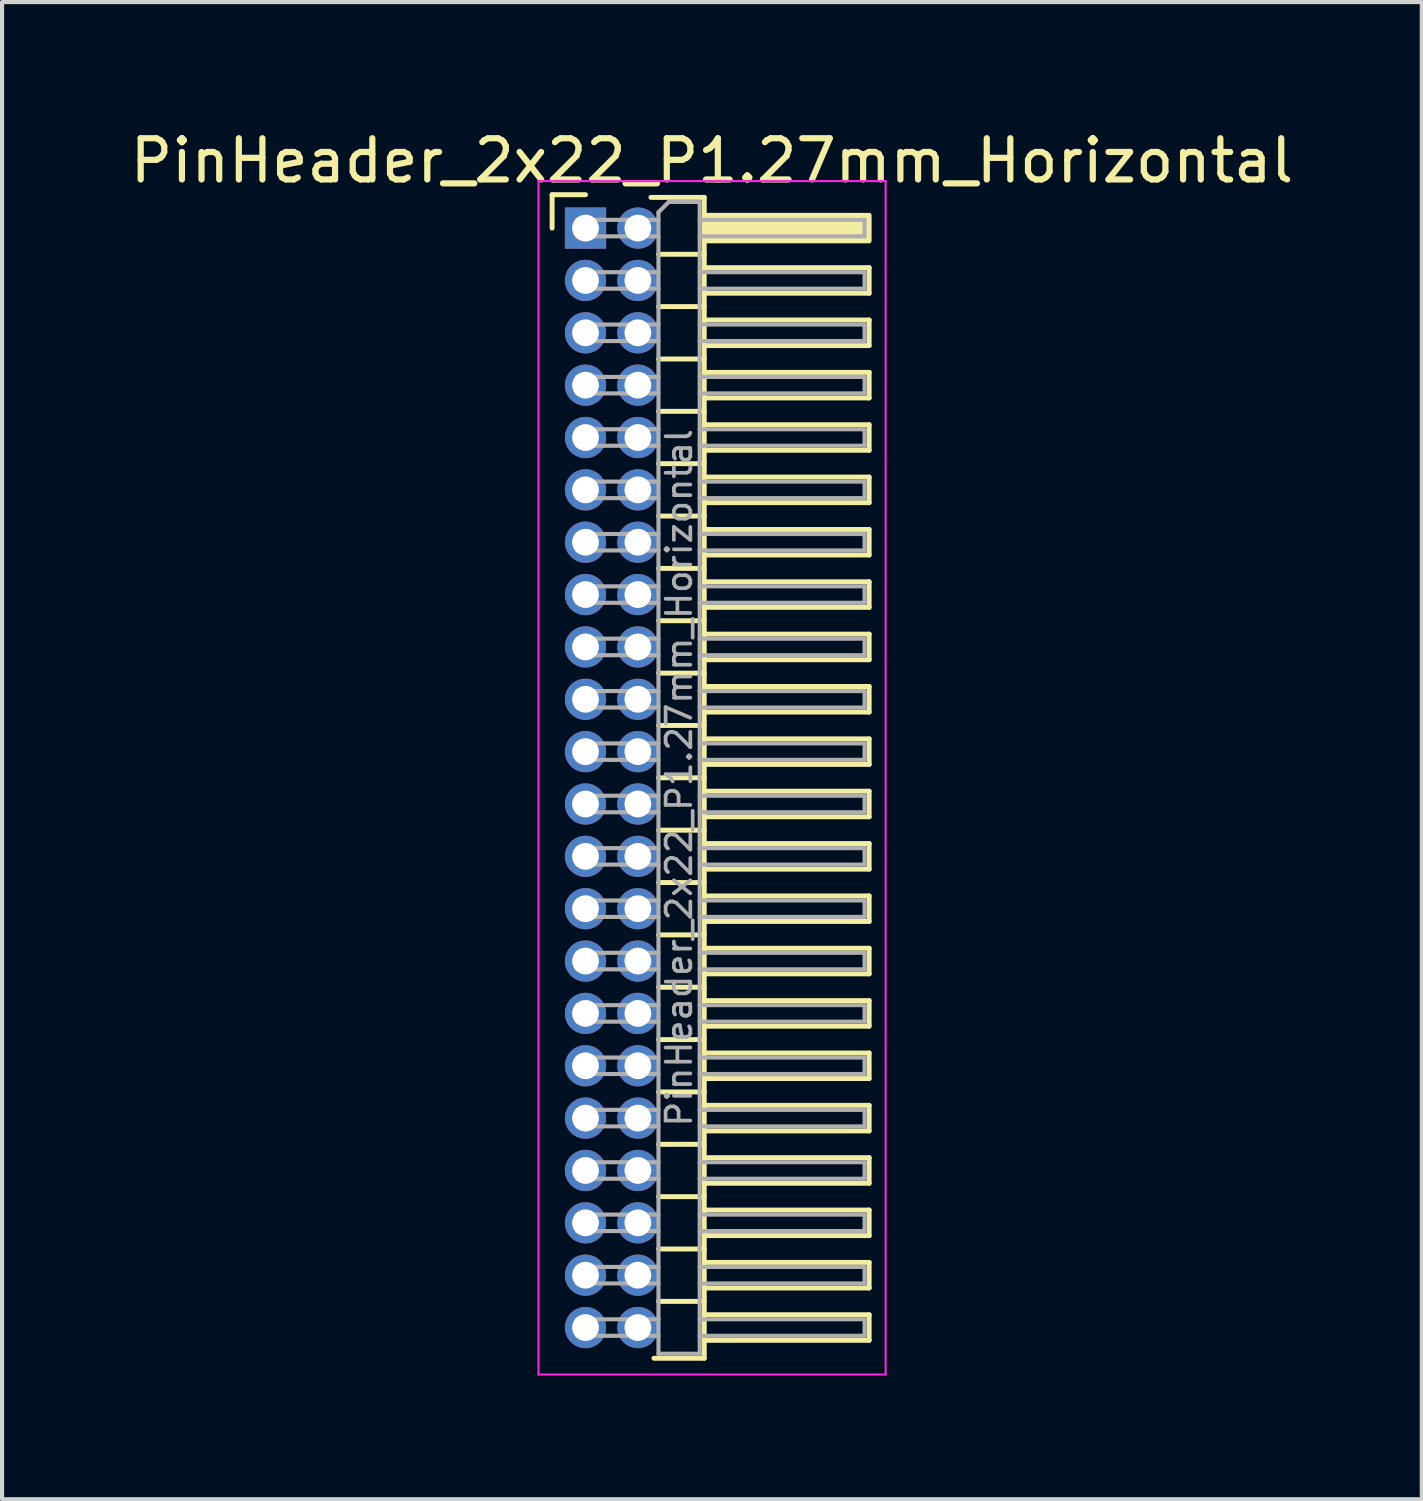
<source format=kicad_pcb>
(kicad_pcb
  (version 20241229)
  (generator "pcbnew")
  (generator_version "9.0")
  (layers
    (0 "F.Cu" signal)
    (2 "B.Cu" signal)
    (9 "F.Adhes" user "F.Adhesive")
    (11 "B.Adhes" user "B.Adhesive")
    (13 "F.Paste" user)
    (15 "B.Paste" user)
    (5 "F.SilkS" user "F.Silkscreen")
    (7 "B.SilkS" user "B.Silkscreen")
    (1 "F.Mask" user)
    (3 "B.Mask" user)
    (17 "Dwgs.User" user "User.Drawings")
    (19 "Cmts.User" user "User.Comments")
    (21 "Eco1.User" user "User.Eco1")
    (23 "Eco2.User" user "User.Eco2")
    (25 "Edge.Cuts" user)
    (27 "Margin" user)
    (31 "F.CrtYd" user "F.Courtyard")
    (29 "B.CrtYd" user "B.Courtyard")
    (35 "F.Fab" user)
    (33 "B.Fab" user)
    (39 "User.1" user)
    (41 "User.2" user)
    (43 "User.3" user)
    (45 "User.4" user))
  (footprint "PinHeader_2x22_P1.27mm_Horizontal"
    (layer "F.Cu")
    (at 11.153 2.483)
    (property "Reference" "PinHeader_2x22_P1.27mm_Horizontal" (at 3.067 -1.635 0) (layer "F.SilkS") (effects (font (size 1 1) (thickness 0.15))))
    (attr through_hole)
    (fp_line (start -0.81 -0.81) (end 0 -0.81) (stroke (width 0.12) (type solid)) (layer "F.SilkS"))
    (fp_line (start -0.81 0) (end -0.81 -0.81) (stroke (width 0.12) (type solid)) (layer "F.SilkS"))
    (fp_line (start 1.588 -0.745) (end 2.88 -0.745) (stroke (width 0.12) (type solid)) (layer "F.SilkS"))
    (fp_line (start 1.773 0.635) (end 2.88 0.635) (stroke (width 0.12) (type solid)) (layer "F.SilkS"))
    (fp_line (start 1.773 1.905) (end 2.88 1.905) (stroke (width 0.12) (type solid)) (layer "F.SilkS"))
    (fp_line (start 1.773 3.175) (end 2.88 3.175) (stroke (width 0.12) (type solid)) (layer "F.SilkS"))
    (fp_line (start 1.773 4.445) (end 2.88 4.445) (stroke (width 0.12) (type solid)) (layer "F.SilkS"))
    (fp_line (start 1.773 5.715) (end 2.88 5.715) (stroke (width 0.12) (type solid)) (layer "F.SilkS"))
    (fp_line (start 1.773 6.985) (end 2.88 6.985) (stroke (width 0.12) (type solid)) (layer "F.SilkS"))
    (fp_line (start 1.773 8.255) (end 2.88 8.255) (stroke (width 0.12) (type solid)) (layer "F.SilkS"))
    (fp_line (start 1.773 9.525) (end 2.88 9.525) (stroke (width 0.12) (type solid)) (layer "F.SilkS"))
    (fp_line (start 1.773 10.795) (end 2.88 10.795) (stroke (width 0.12) (type solid)) (layer "F.SilkS"))
    (fp_line (start 1.773 12.065) (end 2.88 12.065) (stroke (width 0.12) (type solid)) (layer "F.SilkS"))
    (fp_line (start 1.773 13.335) (end 2.88 13.335) (stroke (width 0.12) (type solid)) (layer "F.SilkS"))
    (fp_line (start 1.773 14.605) (end 2.88 14.605) (stroke (width 0.12) (type solid)) (layer "F.SilkS"))
    (fp_line (start 1.773 15.875) (end 2.88 15.875) (stroke (width 0.12) (type solid)) (layer "F.SilkS"))
    (fp_line (start 1.773 17.145) (end 2.88 17.145) (stroke (width 0.12) (type solid)) (layer "F.SilkS"))
    (fp_line (start 1.773 18.415) (end 2.88 18.415) (stroke (width 0.12) (type solid)) (layer "F.SilkS"))
    (fp_line (start 1.773 19.685) (end 2.88 19.685) (stroke (width 0.12) (type solid)) (layer "F.SilkS"))
    (fp_line (start 1.773 20.955) (end 2.88 20.955) (stroke (width 0.12) (type solid)) (layer "F.SilkS"))
    (fp_line (start 1.773 22.225) (end 2.88 22.225) (stroke (width 0.12) (type solid)) (layer "F.SilkS"))
    (fp_line (start 1.773 23.495) (end 2.88 23.495) (stroke (width 0.12) (type solid)) (layer "F.SilkS"))
    (fp_line (start 1.773 24.765) (end 2.88 24.765) (stroke (width 0.12) (type solid)) (layer "F.SilkS"))
    (fp_line (start 1.773 26.035) (end 2.88 26.035) (stroke (width 0.12) (type solid)) (layer "F.SilkS"))
    (fp_line (start 2.88 -0.745) (end 2.88 27.415) (stroke (width 0.12) (type solid)) (layer "F.SilkS"))
    (fp_line (start 2.88 0.96) (end 6.88 0.96) (stroke (width 0.12) (type solid)) (layer "F.SilkS"))
    (fp_line (start 2.88 2.23) (end 6.88 2.23) (stroke (width 0.12) (type solid)) (layer "F.SilkS"))
    (fp_line (start 2.88 3.5) (end 6.88 3.5) (stroke (width 0.12) (type solid)) (layer "F.SilkS"))
    (fp_line (start 2.88 4.77) (end 6.88 4.77) (stroke (width 0.12) (type solid)) (layer "F.SilkS"))
    (fp_line (start 2.88 6.04) (end 6.88 6.04) (stroke (width 0.12) (type solid)) (layer "F.SilkS"))
    (fp_line (start 2.88 7.31) (end 6.88 7.31) (stroke (width 0.12) (type solid)) (layer "F.SilkS"))
    (fp_line (start 2.88 8.58) (end 6.88 8.58) (stroke (width 0.12) (type solid)) (layer "F.SilkS"))
    (fp_line (start 2.88 9.85) (end 6.88 9.85) (stroke (width 0.12) (type solid)) (layer "F.SilkS"))
    (fp_line (start 2.88 11.12) (end 6.88 11.12) (stroke (width 0.12) (type solid)) (layer "F.SilkS"))
    (fp_line (start 2.88 12.39) (end 6.88 12.39) (stroke (width 0.12) (type solid)) (layer "F.SilkS"))
    (fp_line (start 2.88 13.66) (end 6.88 13.66) (stroke (width 0.12) (type solid)) (layer "F.SilkS"))
    (fp_line (start 2.88 14.93) (end 6.88 14.93) (stroke (width 0.12) (type solid)) (layer "F.SilkS"))
    (fp_line (start 2.88 16.2) (end 6.88 16.2) (stroke (width 0.12) (type solid)) (layer "F.SilkS"))
    (fp_line (start 2.88 17.47) (end 6.88 17.47) (stroke (width 0.12) (type solid)) (layer "F.SilkS"))
    (fp_line (start 2.88 18.74) (end 6.88 18.74) (stroke (width 0.12) (type solid)) (layer "F.SilkS"))
    (fp_line (start 2.88 20.01) (end 6.88 20.01) (stroke (width 0.12) (type solid)) (layer "F.SilkS"))
    (fp_line (start 2.88 21.28) (end 6.88 21.28) (stroke (width 0.12) (type solid)) (layer "F.SilkS"))
    (fp_line (start 2.88 22.55) (end 6.88 22.55) (stroke (width 0.12) (type solid)) (layer "F.SilkS"))
    (fp_line (start 2.88 23.82) (end 6.88 23.82) (stroke (width 0.12) (type solid)) (layer "F.SilkS"))
    (fp_line (start 2.88 25.09) (end 6.88 25.09) (stroke (width 0.12) (type solid)) (layer "F.SilkS"))
    (fp_line (start 2.88 26.36) (end 6.88 26.36) (stroke (width 0.12) (type solid)) (layer "F.SilkS"))
    (fp_line (start 2.88 27.415) (end 1.66 27.415) (stroke (width 0.12) (type solid)) (layer "F.SilkS"))
    (fp_line (start 6.88 0.96) (end 6.88 1.58) (stroke (width 0.12) (type solid)) (layer "F.SilkS"))
    (fp_line (start 6.88 1.58) (end 2.88 1.58) (stroke (width 0.12) (type solid)) (layer "F.SilkS"))
    (fp_line (start 6.88 2.23) (end 6.88 2.85) (stroke (width 0.12) (type solid)) (layer "F.SilkS"))
    (fp_line (start 6.88 2.85) (end 2.88 2.85) (stroke (width 0.12) (type solid)) (layer "F.SilkS"))
    (fp_line (start 6.88 3.5) (end 6.88 4.12) (stroke (width 0.12) (type solid)) (layer "F.SilkS"))
    (fp_line (start 6.88 4.12) (end 2.88 4.12) (stroke (width 0.12) (type solid)) (layer "F.SilkS"))
    (fp_line (start 6.88 4.77) (end 6.88 5.39) (stroke (width 0.12) (type solid)) (layer "F.SilkS"))
    (fp_line (start 6.88 5.39) (end 2.88 5.39) (stroke (width 0.12) (type solid)) (layer "F.SilkS"))
    (fp_line (start 6.88 6.04) (end 6.88 6.66) (stroke (width 0.12) (type solid)) (layer "F.SilkS"))
    (fp_line (start 6.88 6.66) (end 2.88 6.66) (stroke (width 0.12) (type solid)) (layer "F.SilkS"))
    (fp_line (start 6.88 7.31) (end 6.88 7.93) (stroke (width 0.12) (type solid)) (layer "F.SilkS"))
    (fp_line (start 6.88 7.93) (end 2.88 7.93) (stroke (width 0.12) (type solid)) (layer "F.SilkS"))
    (fp_line (start 6.88 8.58) (end 6.88 9.2) (stroke (width 0.12) (type solid)) (layer "F.SilkS"))
    (fp_line (start 6.88 9.2) (end 2.88 9.2) (stroke (width 0.12) (type solid)) (layer "F.SilkS"))
    (fp_line (start 6.88 9.85) (end 6.88 10.47) (stroke (width 0.12) (type solid)) (layer "F.SilkS"))
    (fp_line (start 6.88 10.47) (end 2.88 10.47) (stroke (width 0.12) (type solid)) (layer "F.SilkS"))
    (fp_line (start 6.88 11.12) (end 6.88 11.74) (stroke (width 0.12) (type solid)) (layer "F.SilkS"))
    (fp_line (start 6.88 11.74) (end 2.88 11.74) (stroke (width 0.12) (type solid)) (layer "F.SilkS"))
    (fp_line (start 6.88 12.39) (end 6.88 13.01) (stroke (width 0.12) (type solid)) (layer "F.SilkS"))
    (fp_line (start 6.88 13.01) (end 2.88 13.01) (stroke (width 0.12) (type solid)) (layer "F.SilkS"))
    (fp_line (start 6.88 13.66) (end 6.88 14.28) (stroke (width 0.12) (type solid)) (layer "F.SilkS"))
    (fp_line (start 6.88 14.28) (end 2.88 14.28) (stroke (width 0.12) (type solid)) (layer "F.SilkS"))
    (fp_line (start 6.88 14.93) (end 6.88 15.55) (stroke (width 0.12) (type solid)) (layer "F.SilkS"))
    (fp_line (start 6.88 15.55) (end 2.88 15.55) (stroke (width 0.12) (type solid)) (layer "F.SilkS"))
    (fp_line (start 6.88 16.2) (end 6.88 16.82) (stroke (width 0.12) (type solid)) (layer "F.SilkS"))
    (fp_line (start 6.88 16.82) (end 2.88 16.82) (stroke (width 0.12) (type solid)) (layer "F.SilkS"))
    (fp_line (start 6.88 17.47) (end 6.88 18.09) (stroke (width 0.12) (type solid)) (layer "F.SilkS"))
    (fp_line (start 6.88 18.09) (end 2.88 18.09) (stroke (width 0.12) (type solid)) (layer "F.SilkS"))
    (fp_line (start 6.88 18.74) (end 6.88 19.36) (stroke (width 0.12) (type solid)) (layer "F.SilkS"))
    (fp_line (start 6.88 19.36) (end 2.88 19.36) (stroke (width 0.12) (type solid)) (layer "F.SilkS"))
    (fp_line (start 6.88 20.01) (end 6.88 20.63) (stroke (width 0.12) (type solid)) (layer "F.SilkS"))
    (fp_line (start 6.88 20.63) (end 2.88 20.63) (stroke (width 0.12) (type solid)) (layer "F.SilkS"))
    (fp_line (start 6.88 21.28) (end 6.88 21.9) (stroke (width 0.12) (type solid)) (layer "F.SilkS"))
    (fp_line (start 6.88 21.9) (end 2.88 21.9) (stroke (width 0.12) (type solid)) (layer "F.SilkS"))
    (fp_line (start 6.88 22.55) (end 6.88 23.17) (stroke (width 0.12) (type solid)) (layer "F.SilkS"))
    (fp_line (start 6.88 23.17) (end 2.88 23.17) (stroke (width 0.12) (type solid)) (layer "F.SilkS"))
    (fp_line (start 6.88 23.82) (end 6.88 24.44) (stroke (width 0.12) (type solid)) (layer "F.SilkS"))
    (fp_line (start 6.88 24.44) (end 2.88 24.44) (stroke (width 0.12) (type solid)) (layer "F.SilkS"))
    (fp_line (start 6.88 25.09) (end 6.88 25.71) (stroke (width 0.12) (type solid)) (layer "F.SilkS"))
    (fp_line (start 6.88 25.71) (end 2.88 25.71) (stroke (width 0.12) (type solid)) (layer "F.SilkS"))
    (fp_line (start 6.88 26.36) (end 6.88 26.98) (stroke (width 0.12) (type solid)) (layer "F.SilkS"))
    (fp_line (start 6.88 26.98) (end 2.88 26.98) (stroke (width 0.12) (type solid)) (layer "F.SilkS"))
    (fp_rect (start 2.88 -0.31) (end 6.88 0.31) (stroke (width 0.12) (type solid)) (fill yes) (layer "F.SilkS"))
    (fp_line (start -1.14 -1.14) (end -1.14 27.81) (stroke (width 0.05) (type solid)) (layer "F.CrtYd"))
    (fp_line (start -1.14 27.81) (end 7.28 27.81) (stroke (width 0.05) (type solid)) (layer "F.CrtYd"))
    (fp_line (start 7.28 -1.14) (end -1.14 -1.14) (stroke (width 0.05) (type solid)) (layer "F.CrtYd"))
    (fp_line (start 7.28 27.81) (end 7.28 -1.14) (stroke (width 0.05) (type solid)) (layer "F.CrtYd"))
    (fp_line (start -0.2 -0.2) (end -0.2 0.2) (stroke (width 0.1) (type solid)) (layer "F.Fab"))
    (fp_line (start -0.2 -0.2) (end 1.77 -0.2) (stroke (width 0.1) (type solid)) (layer "F.Fab"))
    (fp_line (start -0.2 0.2) (end 1.77 0.2) (stroke (width 0.1) (type solid)) (layer "F.Fab"))
    (fp_line (start -0.2 1.07) (end -0.2 1.47) (stroke (width 0.1) (type solid)) (layer "F.Fab"))
    (fp_line (start -0.2 1.07) (end 1.77 1.07) (stroke (width 0.1) (type solid)) (layer "F.Fab"))
    (fp_line (start -0.2 1.47) (end 1.77 1.47) (stroke (width 0.1) (type solid)) (layer "F.Fab"))
    (fp_line (start -0.2 2.34) (end -0.2 2.74) (stroke (width 0.1) (type solid)) (layer "F.Fab"))
    (fp_line (start -0.2 2.34) (end 1.77 2.34) (stroke (width 0.1) (type solid)) (layer "F.Fab"))
    (fp_line (start -0.2 2.74) (end 1.77 2.74) (stroke (width 0.1) (type solid)) (layer "F.Fab"))
    (fp_line (start -0.2 3.61) (end -0.2 4.01) (stroke (width 0.1) (type solid)) (layer "F.Fab"))
    (fp_line (start -0.2 3.61) (end 1.77 3.61) (stroke (width 0.1) (type solid)) (layer "F.Fab"))
    (fp_line (start -0.2 4.01) (end 1.77 4.01) (stroke (width 0.1) (type solid)) (layer "F.Fab"))
    (fp_line (start -0.2 4.88) (end -0.2 5.28) (stroke (width 0.1) (type solid)) (layer "F.Fab"))
    (fp_line (start -0.2 4.88) (end 1.77 4.88) (stroke (width 0.1) (type solid)) (layer "F.Fab"))
    (fp_line (start -0.2 5.28) (end 1.77 5.28) (stroke (width 0.1) (type solid)) (layer "F.Fab"))
    (fp_line (start -0.2 6.15) (end -0.2 6.55) (stroke (width 0.1) (type solid)) (layer "F.Fab"))
    (fp_line (start -0.2 6.15) (end 1.77 6.15) (stroke (width 0.1) (type solid)) (layer "F.Fab"))
    (fp_line (start -0.2 6.55) (end 1.77 6.55) (stroke (width 0.1) (type solid)) (layer "F.Fab"))
    (fp_line (start -0.2 7.42) (end -0.2 7.82) (stroke (width 0.1) (type solid)) (layer "F.Fab"))
    (fp_line (start -0.2 7.42) (end 1.77 7.42) (stroke (width 0.1) (type solid)) (layer "F.Fab"))
    (fp_line (start -0.2 7.82) (end 1.77 7.82) (stroke (width 0.1) (type solid)) (layer "F.Fab"))
    (fp_line (start -0.2 8.69) (end -0.2 9.09) (stroke (width 0.1) (type solid)) (layer "F.Fab"))
    (fp_line (start -0.2 8.69) (end 1.77 8.69) (stroke (width 0.1) (type solid)) (layer "F.Fab"))
    (fp_line (start -0.2 9.09) (end 1.77 9.09) (stroke (width 0.1) (type solid)) (layer "F.Fab"))
    (fp_line (start -0.2 9.96) (end -0.2 10.36) (stroke (width 0.1) (type solid)) (layer "F.Fab"))
    (fp_line (start -0.2 9.96) (end 1.77 9.96) (stroke (width 0.1) (type solid)) (layer "F.Fab"))
    (fp_line (start -0.2 10.36) (end 1.77 10.36) (stroke (width 0.1) (type solid)) (layer "F.Fab"))
    (fp_line (start -0.2 11.23) (end -0.2 11.63) (stroke (width 0.1) (type solid)) (layer "F.Fab"))
    (fp_line (start -0.2 11.23) (end 1.77 11.23) (stroke (width 0.1) (type solid)) (layer "F.Fab"))
    (fp_line (start -0.2 11.63) (end 1.77 11.63) (stroke (width 0.1) (type solid)) (layer "F.Fab"))
    (fp_line (start -0.2 12.5) (end -0.2 12.9) (stroke (width 0.1) (type solid)) (layer "F.Fab"))
    (fp_line (start -0.2 12.5) (end 1.77 12.5) (stroke (width 0.1) (type solid)) (layer "F.Fab"))
    (fp_line (start -0.2 12.9) (end 1.77 12.9) (stroke (width 0.1) (type solid)) (layer "F.Fab"))
    (fp_line (start -0.2 13.77) (end -0.2 14.17) (stroke (width 0.1) (type solid)) (layer "F.Fab"))
    (fp_line (start -0.2 13.77) (end 1.77 13.77) (stroke (width 0.1) (type solid)) (layer "F.Fab"))
    (fp_line (start -0.2 14.17) (end 1.77 14.17) (stroke (width 0.1) (type solid)) (layer "F.Fab"))
    (fp_line (start -0.2 15.04) (end -0.2 15.44) (stroke (width 0.1) (type solid)) (layer "F.Fab"))
    (fp_line (start -0.2 15.04) (end 1.77 15.04) (stroke (width 0.1) (type solid)) (layer "F.Fab"))
    (fp_line (start -0.2 15.44) (end 1.77 15.44) (stroke (width 0.1) (type solid)) (layer "F.Fab"))
    (fp_line (start -0.2 16.31) (end -0.2 16.71) (stroke (width 0.1) (type solid)) (layer "F.Fab"))
    (fp_line (start -0.2 16.31) (end 1.77 16.31) (stroke (width 0.1) (type solid)) (layer "F.Fab"))
    (fp_line (start -0.2 16.71) (end 1.77 16.71) (stroke (width 0.1) (type solid)) (layer "F.Fab"))
    (fp_line (start -0.2 17.58) (end -0.2 17.98) (stroke (width 0.1) (type solid)) (layer "F.Fab"))
    (fp_line (start -0.2 17.58) (end 1.77 17.58) (stroke (width 0.1) (type solid)) (layer "F.Fab"))
    (fp_line (start -0.2 17.98) (end 1.77 17.98) (stroke (width 0.1) (type solid)) (layer "F.Fab"))
    (fp_line (start -0.2 18.85) (end -0.2 19.25) (stroke (width 0.1) (type solid)) (layer "F.Fab"))
    (fp_line (start -0.2 18.85) (end 1.77 18.85) (stroke (width 0.1) (type solid)) (layer "F.Fab"))
    (fp_line (start -0.2 19.25) (end 1.77 19.25) (stroke (width 0.1) (type solid)) (layer "F.Fab"))
    (fp_line (start -0.2 20.12) (end -0.2 20.52) (stroke (width 0.1) (type solid)) (layer "F.Fab"))
    (fp_line (start -0.2 20.12) (end 1.77 20.12) (stroke (width 0.1) (type solid)) (layer "F.Fab"))
    (fp_line (start -0.2 20.52) (end 1.77 20.52) (stroke (width 0.1) (type solid)) (layer "F.Fab"))
    (fp_line (start -0.2 21.39) (end -0.2 21.79) (stroke (width 0.1) (type solid)) (layer "F.Fab"))
    (fp_line (start -0.2 21.39) (end 1.77 21.39) (stroke (width 0.1) (type solid)) (layer "F.Fab"))
    (fp_line (start -0.2 21.79) (end 1.77 21.79) (stroke (width 0.1) (type solid)) (layer "F.Fab"))
    (fp_line (start -0.2 22.66) (end -0.2 23.06) (stroke (width 0.1) (type solid)) (layer "F.Fab"))
    (fp_line (start -0.2 22.66) (end 1.77 22.66) (stroke (width 0.1) (type solid)) (layer "F.Fab"))
    (fp_line (start -0.2 23.06) (end 1.77 23.06) (stroke (width 0.1) (type solid)) (layer "F.Fab"))
    (fp_line (start -0.2 23.93) (end -0.2 24.33) (stroke (width 0.1) (type solid)) (layer "F.Fab"))
    (fp_line (start -0.2 23.93) (end 1.77 23.93) (stroke (width 0.1) (type solid)) (layer "F.Fab"))
    (fp_line (start -0.2 24.33) (end 1.77 24.33) (stroke (width 0.1) (type solid)) (layer "F.Fab"))
    (fp_line (start -0.2 25.2) (end -0.2 25.6) (stroke (width 0.1) (type solid)) (layer "F.Fab"))
    (fp_line (start -0.2 25.2) (end 1.77 25.2) (stroke (width 0.1) (type solid)) (layer "F.Fab"))
    (fp_line (start -0.2 25.6) (end 1.77 25.6) (stroke (width 0.1) (type solid)) (layer "F.Fab"))
    (fp_line (start -0.2 26.47) (end -0.2 26.87) (stroke (width 0.1) (type solid)) (layer "F.Fab"))
    (fp_line (start -0.2 26.47) (end 1.77 26.47) (stroke (width 0.1) (type solid)) (layer "F.Fab"))
    (fp_line (start -0.2 26.87) (end 1.77 26.87) (stroke (width 0.1) (type solid)) (layer "F.Fab"))
    (fp_line (start 1.77 -0.385) (end 2.02 -0.635) (stroke (width 0.1) (type solid)) (layer "F.Fab"))
    (fp_line (start 1.77 27.305) (end 1.77 -0.385) (stroke (width 0.1) (type solid)) (layer "F.Fab"))
    (fp_line (start 2.02 -0.635) (end 2.77 -0.635) (stroke (width 0.1) (type solid)) (layer "F.Fab"))
    (fp_line (start 2.77 -0.635) (end 2.77 27.305) (stroke (width 0.1) (type solid)) (layer "F.Fab"))
    (fp_line (start 2.77 -0.2) (end 6.77 -0.2) (stroke (width 0.1) (type solid)) (layer "F.Fab"))
    (fp_line (start 2.77 0.2) (end 6.77 0.2) (stroke (width 0.1) (type solid)) (layer "F.Fab"))
    (fp_line (start 2.77 1.07) (end 6.77 1.07) (stroke (width 0.1) (type solid)) (layer "F.Fab"))
    (fp_line (start 2.77 1.47) (end 6.77 1.47) (stroke (width 0.1) (type solid)) (layer "F.Fab"))
    (fp_line (start 2.77 2.34) (end 6.77 2.34) (stroke (width 0.1) (type solid)) (layer "F.Fab"))
    (fp_line (start 2.77 2.74) (end 6.77 2.74) (stroke (width 0.1) (type solid)) (layer "F.Fab"))
    (fp_line (start 2.77 3.61) (end 6.77 3.61) (stroke (width 0.1) (type solid)) (layer "F.Fab"))
    (fp_line (start 2.77 4.01) (end 6.77 4.01) (stroke (width 0.1) (type solid)) (layer "F.Fab"))
    (fp_line (start 2.77 4.88) (end 6.77 4.88) (stroke (width 0.1) (type solid)) (layer "F.Fab"))
    (fp_line (start 2.77 5.28) (end 6.77 5.28) (stroke (width 0.1) (type solid)) (layer "F.Fab"))
    (fp_line (start 2.77 6.15) (end 6.77 6.15) (stroke (width 0.1) (type solid)) (layer "F.Fab"))
    (fp_line (start 2.77 6.55) (end 6.77 6.55) (stroke (width 0.1) (type solid)) (layer "F.Fab"))
    (fp_line (start 2.77 7.42) (end 6.77 7.42) (stroke (width 0.1) (type solid)) (layer "F.Fab"))
    (fp_line (start 2.77 7.82) (end 6.77 7.82) (stroke (width 0.1) (type solid)) (layer "F.Fab"))
    (fp_line (start 2.77 8.69) (end 6.77 8.69) (stroke (width 0.1) (type solid)) (layer "F.Fab"))
    (fp_line (start 2.77 9.09) (end 6.77 9.09) (stroke (width 0.1) (type solid)) (layer "F.Fab"))
    (fp_line (start 2.77 9.96) (end 6.77 9.96) (stroke (width 0.1) (type solid)) (layer "F.Fab"))
    (fp_line (start 2.77 10.36) (end 6.77 10.36) (stroke (width 0.1) (type solid)) (layer "F.Fab"))
    (fp_line (start 2.77 11.23) (end 6.77 11.23) (stroke (width 0.1) (type solid)) (layer "F.Fab"))
    (fp_line (start 2.77 11.63) (end 6.77 11.63) (stroke (width 0.1) (type solid)) (layer "F.Fab"))
    (fp_line (start 2.77 12.5) (end 6.77 12.5) (stroke (width 0.1) (type solid)) (layer "F.Fab"))
    (fp_line (start 2.77 12.9) (end 6.77 12.9) (stroke (width 0.1) (type solid)) (layer "F.Fab"))
    (fp_line (start 2.77 13.77) (end 6.77 13.77) (stroke (width 0.1) (type solid)) (layer "F.Fab"))
    (fp_line (start 2.77 14.17) (end 6.77 14.17) (stroke (width 0.1) (type solid)) (layer "F.Fab"))
    (fp_line (start 2.77 15.04) (end 6.77 15.04) (stroke (width 0.1) (type solid)) (layer "F.Fab"))
    (fp_line (start 2.77 15.44) (end 6.77 15.44) (stroke (width 0.1) (type solid)) (layer "F.Fab"))
    (fp_line (start 2.77 16.31) (end 6.77 16.31) (stroke (width 0.1) (type solid)) (layer "F.Fab"))
    (fp_line (start 2.77 16.71) (end 6.77 16.71) (stroke (width 0.1) (type solid)) (layer "F.Fab"))
    (fp_line (start 2.77 17.58) (end 6.77 17.58) (stroke (width 0.1) (type solid)) (layer "F.Fab"))
    (fp_line (start 2.77 17.98) (end 6.77 17.98) (stroke (width 0.1) (type solid)) (layer "F.Fab"))
    (fp_line (start 2.77 18.85) (end 6.77 18.85) (stroke (width 0.1) (type solid)) (layer "F.Fab"))
    (fp_line (start 2.77 19.25) (end 6.77 19.25) (stroke (width 0.1) (type solid)) (layer "F.Fab"))
    (fp_line (start 2.77 20.12) (end 6.77 20.12) (stroke (width 0.1) (type solid)) (layer "F.Fab"))
    (fp_line (start 2.77 20.52) (end 6.77 20.52) (stroke (width 0.1) (type solid)) (layer "F.Fab"))
    (fp_line (start 2.77 21.39) (end 6.77 21.39) (stroke (width 0.1) (type solid)) (layer "F.Fab"))
    (fp_line (start 2.77 21.79) (end 6.77 21.79) (stroke (width 0.1) (type solid)) (layer "F.Fab"))
    (fp_line (start 2.77 22.66) (end 6.77 22.66) (stroke (width 0.1) (type solid)) (layer "F.Fab"))
    (fp_line (start 2.77 23.06) (end 6.77 23.06) (stroke (width 0.1) (type solid)) (layer "F.Fab"))
    (fp_line (start 2.77 23.93) (end 6.77 23.93) (stroke (width 0.1) (type solid)) (layer "F.Fab"))
    (fp_line (start 2.77 24.33) (end 6.77 24.33) (stroke (width 0.1) (type solid)) (layer "F.Fab"))
    (fp_line (start 2.77 25.2) (end 6.77 25.2) (stroke (width 0.1) (type solid)) (layer "F.Fab"))
    (fp_line (start 2.77 25.6) (end 6.77 25.6) (stroke (width 0.1) (type solid)) (layer "F.Fab"))
    (fp_line (start 2.77 26.47) (end 6.77 26.47) (stroke (width 0.1) (type solid)) (layer "F.Fab"))
    (fp_line (start 2.77 26.87) (end 6.77 26.87) (stroke (width 0.1) (type solid)) (layer "F.Fab"))
    (fp_line (start 2.77 27.305) (end 1.77 27.305) (stroke (width 0.1) (type solid)) (layer "F.Fab"))
    (fp_line (start 6.77 -0.2) (end 6.77 0.2) (stroke (width 0.1) (type solid)) (layer "F.Fab"))
    (fp_line (start 6.77 1.07) (end 6.77 1.47) (stroke (width 0.1) (type solid)) (layer "F.Fab"))
    (fp_line (start 6.77 2.34) (end 6.77 2.74) (stroke (width 0.1) (type solid)) (layer "F.Fab"))
    (fp_line (start 6.77 3.61) (end 6.77 4.01) (stroke (width 0.1) (type solid)) (layer "F.Fab"))
    (fp_line (start 6.77 4.88) (end 6.77 5.28) (stroke (width 0.1) (type solid)) (layer "F.Fab"))
    (fp_line (start 6.77 6.15) (end 6.77 6.55) (stroke (width 0.1) (type solid)) (layer "F.Fab"))
    (fp_line (start 6.77 7.42) (end 6.77 7.82) (stroke (width 0.1) (type solid)) (layer "F.Fab"))
    (fp_line (start 6.77 8.69) (end 6.77 9.09) (stroke (width 0.1) (type solid)) (layer "F.Fab"))
    (fp_line (start 6.77 9.96) (end 6.77 10.36) (stroke (width 0.1) (type solid)) (layer "F.Fab"))
    (fp_line (start 6.77 11.23) (end 6.77 11.63) (stroke (width 0.1) (type solid)) (layer "F.Fab"))
    (fp_line (start 6.77 12.5) (end 6.77 12.9) (stroke (width 0.1) (type solid)) (layer "F.Fab"))
    (fp_line (start 6.77 13.77) (end 6.77 14.17) (stroke (width 0.1) (type solid)) (layer "F.Fab"))
    (fp_line (start 6.77 15.04) (end 6.77 15.44) (stroke (width 0.1) (type solid)) (layer "F.Fab"))
    (fp_line (start 6.77 16.31) (end 6.77 16.71) (stroke (width 0.1) (type solid)) (layer "F.Fab"))
    (fp_line (start 6.77 17.58) (end 6.77 17.98) (stroke (width 0.1) (type solid)) (layer "F.Fab"))
    (fp_line (start 6.77 18.85) (end 6.77 19.25) (stroke (width 0.1) (type solid)) (layer "F.Fab"))
    (fp_line (start 6.77 20.12) (end 6.77 20.52) (stroke (width 0.1) (type solid)) (layer "F.Fab"))
    (fp_line (start 6.77 21.39) (end 6.77 21.79) (stroke (width 0.1) (type solid)) (layer "F.Fab"))
    (fp_line (start 6.77 22.66) (end 6.77 23.06) (stroke (width 0.1) (type solid)) (layer "F.Fab"))
    (fp_line (start 6.77 23.93) (end 6.77 24.33) (stroke (width 0.1) (type solid)) (layer "F.Fab"))
    (fp_line (start 6.77 25.2) (end 6.77 25.6) (stroke (width 0.1) (type solid)) (layer "F.Fab"))
    (fp_line (start 6.77 26.47) (end 6.77 26.87) (stroke (width 0.1) (type solid)) (layer "F.Fab"))
    (fp_text user "${REFERENCE}" (at 2.27 13.335 90) (layer "F.Fab") (effects (font (size 0.6 0.6) (thickness 0.09))))
    (pad "1" thru_hole rect (at 0 0) (size 1 1) (drill 0.65) (layers "*.Cu" "*.Mask"))
    (pad "2" thru_hole circle (at 1.27 0) (size 1 1) (drill 0.65) (layers "*.Cu" "*.Mask"))
    (pad "3" thru_hole circle (at 0 1.27) (size 1 1) (drill 0.65) (layers "*.Cu" "*.Mask"))
    (pad "4" thru_hole circle (at 1.27 1.27) (size 1 1) (drill 0.65) (layers "*.Cu" "*.Mask"))
    (pad "5" thru_hole circle (at 0 2.54) (size 1 1) (drill 0.65) (layers "*.Cu" "*.Mask"))
    (pad "6" thru_hole circle (at 1.27 2.54) (size 1 1) (drill 0.65) (layers "*.Cu" "*.Mask"))
    (pad "7" thru_hole circle (at 0 3.81) (size 1 1) (drill 0.65) (layers "*.Cu" "*.Mask"))
    (pad "8" thru_hole circle (at 1.27 3.81) (size 1 1) (drill 0.65) (layers "*.Cu" "*.Mask"))
    (pad "9" thru_hole circle (at 0 5.08) (size 1 1) (drill 0.65) (layers "*.Cu" "*.Mask"))
    (pad "10" thru_hole circle (at 1.27 5.08) (size 1 1) (drill 0.65) (layers "*.Cu" "*.Mask"))
    (pad "11" thru_hole circle (at 0 6.35) (size 1 1) (drill 0.65) (layers "*.Cu" "*.Mask"))
    (pad "12" thru_hole circle (at 1.27 6.35) (size 1 1) (drill 0.65) (layers "*.Cu" "*.Mask"))
    (pad "13" thru_hole circle (at 0 7.62) (size 1 1) (drill 0.65) (layers "*.Cu" "*.Mask"))
    (pad "14" thru_hole circle (at 1.27 7.62) (size 1 1) (drill 0.65) (layers "*.Cu" "*.Mask"))
    (pad "15" thru_hole circle (at 0 8.89) (size 1 1) (drill 0.65) (layers "*.Cu" "*.Mask"))
    (pad "16" thru_hole circle (at 1.27 8.89) (size 1 1) (drill 0.65) (layers "*.Cu" "*.Mask"))
    (pad "17" thru_hole circle (at 0 10.16) (size 1 1) (drill 0.65) (layers "*.Cu" "*.Mask"))
    (pad "18" thru_hole circle (at 1.27 10.16) (size 1 1) (drill 0.65) (layers "*.Cu" "*.Mask"))
    (pad "19" thru_hole circle (at 0 11.43) (size 1 1) (drill 0.65) (layers "*.Cu" "*.Mask"))
    (pad "20" thru_hole circle (at 1.27 11.43) (size 1 1) (drill 0.65) (layers "*.Cu" "*.Mask"))
    (pad "21" thru_hole circle (at 0 12.7) (size 1 1) (drill 0.65) (layers "*.Cu" "*.Mask"))
    (pad "22" thru_hole circle (at 1.27 12.7) (size 1 1) (drill 0.65) (layers "*.Cu" "*.Mask"))
    (pad "23" thru_hole circle (at 0 13.97) (size 1 1) (drill 0.65) (layers "*.Cu" "*.Mask"))
    (pad "24" thru_hole circle (at 1.27 13.97) (size 1 1) (drill 0.65) (layers "*.Cu" "*.Mask"))
    (pad "25" thru_hole circle (at 0 15.24) (size 1 1) (drill 0.65) (layers "*.Cu" "*.Mask"))
    (pad "26" thru_hole circle (at 1.27 15.24) (size 1 1) (drill 0.65) (layers "*.Cu" "*.Mask"))
    (pad "27" thru_hole circle (at 0 16.51) (size 1 1) (drill 0.65) (layers "*.Cu" "*.Mask"))
    (pad "28" thru_hole circle (at 1.27 16.51) (size 1 1) (drill 0.65) (layers "*.Cu" "*.Mask"))
    (pad "29" thru_hole circle (at 0 17.78) (size 1 1) (drill 0.65) (layers "*.Cu" "*.Mask"))
    (pad "30" thru_hole circle (at 1.27 17.78) (size 1 1) (drill 0.65) (layers "*.Cu" "*.Mask"))
    (pad "31" thru_hole circle (at 0 19.05) (size 1 1) (drill 0.65) (layers "*.Cu" "*.Mask"))
    (pad "32" thru_hole circle (at 1.27 19.05) (size 1 1) (drill 0.65) (layers "*.Cu" "*.Mask"))
    (pad "33" thru_hole circle (at 0 20.32) (size 1 1) (drill 0.65) (layers "*.Cu" "*.Mask"))
    (pad "34" thru_hole circle (at 1.27 20.32) (size 1 1) (drill 0.65) (layers "*.Cu" "*.Mask"))
    (pad "35" thru_hole circle (at 0 21.59) (size 1 1) (drill 0.65) (layers "*.Cu" "*.Mask"))
    (pad "36" thru_hole circle (at 1.27 21.59) (size 1 1) (drill 0.65) (layers "*.Cu" "*.Mask"))
    (pad "37" thru_hole circle (at 0 22.86) (size 1 1) (drill 0.65) (layers "*.Cu" "*.Mask"))
    (pad "38" thru_hole circle (at 1.27 22.86) (size 1 1) (drill 0.65) (layers "*.Cu" "*.Mask"))
    (pad "39" thru_hole circle (at 0 24.13) (size 1 1) (drill 0.65) (layers "*.Cu" "*.Mask"))
    (pad "40" thru_hole circle (at 1.27 24.13) (size 1 1) (drill 0.65) (layers "*.Cu" "*.Mask"))
    (pad "41" thru_hole circle (at 0 25.4) (size 1 1) (drill 0.65) (layers "*.Cu" "*.Mask"))
    (pad "42" thru_hole circle (at 1.27 25.4) (size 1 1) (drill 0.65) (layers "*.Cu" "*.Mask"))
    (pad "43" thru_hole circle (at 0 26.67) (size 1 1) (drill 0.65) (layers "*.Cu" "*.Mask"))
    (pad "44" thru_hole circle (at 1.27 26.67) (size 1 1) (drill 0.65) (layers "*.Cu" "*.Mask")))
  (gr_rect
    (start -3 -3)
    (end 31.44 33.318)
    (stroke (width 0.1) (type default))
    (fill no)
    (layer "Edge.Cuts")))
</source>
